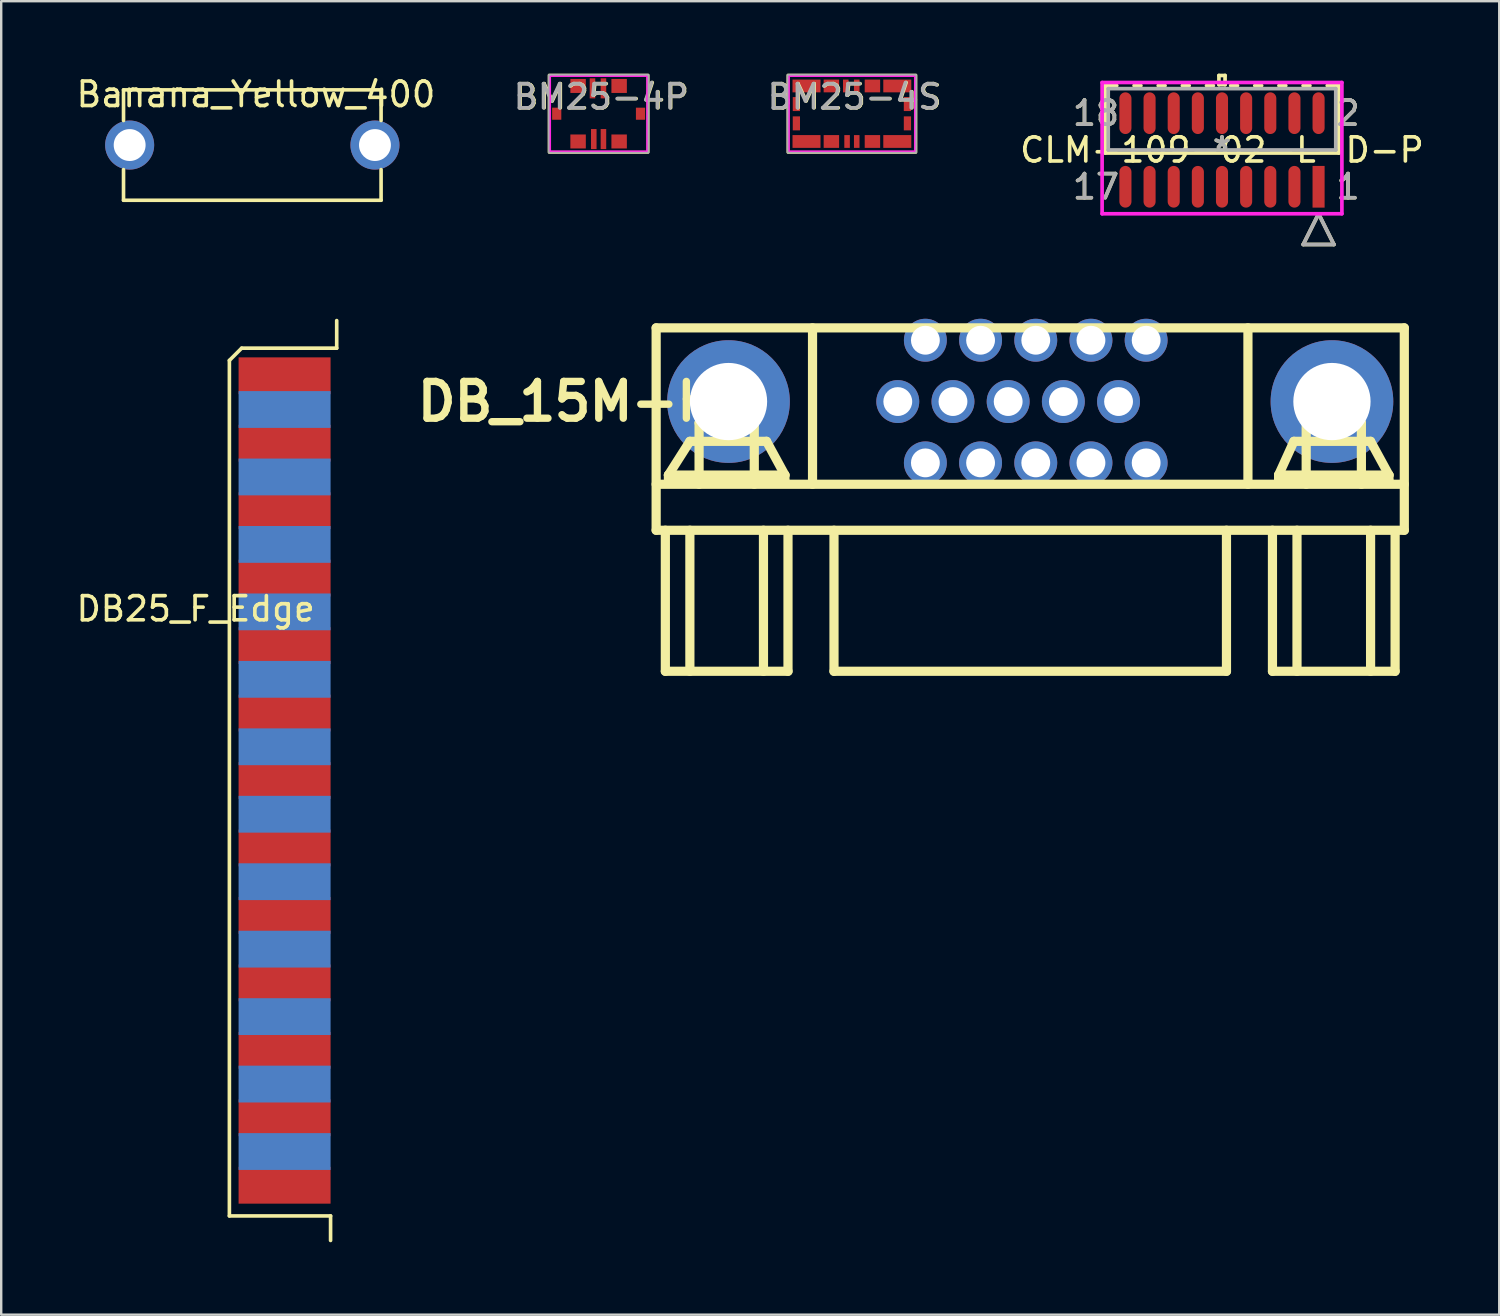
<source format=kicad_pcb>
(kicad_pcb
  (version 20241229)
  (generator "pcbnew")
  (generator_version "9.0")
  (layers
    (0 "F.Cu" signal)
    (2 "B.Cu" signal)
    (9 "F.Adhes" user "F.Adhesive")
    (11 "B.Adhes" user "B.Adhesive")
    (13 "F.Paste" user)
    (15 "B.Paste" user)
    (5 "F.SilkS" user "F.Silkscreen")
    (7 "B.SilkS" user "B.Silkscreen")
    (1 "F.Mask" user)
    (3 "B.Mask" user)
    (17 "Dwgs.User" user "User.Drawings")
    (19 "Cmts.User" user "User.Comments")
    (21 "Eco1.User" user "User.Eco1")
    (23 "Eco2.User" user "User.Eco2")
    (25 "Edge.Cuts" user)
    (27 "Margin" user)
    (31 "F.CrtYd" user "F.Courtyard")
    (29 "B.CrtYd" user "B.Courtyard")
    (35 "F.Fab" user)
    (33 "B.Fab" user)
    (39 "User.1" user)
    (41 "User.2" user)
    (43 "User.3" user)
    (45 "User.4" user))
  (footprint "DB_15M-HD"
    (layer "F.Cu")
    (at 39.621 13.582)
    (property "Reference" "DB_15M-HD" (at -18.415 0 0) (layer "F.SilkS") (effects (font (size 1.524 1.524) (thickness 0.305))))
    (attr through_hole)
    (fp_line (start -15.494 3.425) (end 15.494 3.425) (stroke (width 0.381) (type solid)) (layer "F.SilkS"))
    (fp_line (start -15.494 5.33) (end -15.494 -3.052) (stroke (width 0.381) (type solid)) (layer "F.SilkS"))
    (fp_line (start -15.494 5.33) (end 15.494 5.33) (stroke (width 0.381) (type solid)) (layer "F.SilkS"))
    (fp_line (start -15.113 5.33) (end -15.113 11.172) (stroke (width 0.381) (type solid)) (layer "F.SilkS"))
    (fp_line (start -15.113 11.172) (end -10.033 11.172) (stroke (width 0.381) (type solid)) (layer "F.SilkS"))
    (fp_line (start -14.986 3.044) (end -14.986 3.298) (stroke (width 0.381) (type solid)) (layer "F.SilkS"))
    (fp_line (start -14.986 3.298) (end -10.16 3.298) (stroke (width 0.381) (type solid)) (layer "F.SilkS"))
    (fp_line (start -14.097 1.647) (end -14.986 3.044) (stroke (width 0.381) (type solid)) (layer "F.SilkS"))
    (fp_line (start -14.097 1.647) (end -10.922 1.647) (stroke (width 0.381) (type solid)) (layer "F.SilkS"))
    (fp_line (start -14.097 5.33) (end -14.097 11.172) (stroke (width 0.381) (type solid)) (layer "F.SilkS"))
    (fp_line (start -13.716 0.885) (end -11.43 0.885) (stroke (width 0.381) (type solid)) (layer "F.SilkS"))
    (fp_line (start -13.716 3.425) (end -13.716 0.885) (stroke (width 0.381) (type solid)) (layer "F.SilkS"))
    (fp_line (start -11.43 0.885) (end -11.43 3.425) (stroke (width 0.381) (type solid)) (layer "F.SilkS"))
    (fp_line (start -11.049 5.33) (end -11.049 11.172) (stroke (width 0.381) (type solid)) (layer "F.SilkS"))
    (fp_line (start -10.922 1.647) (end -10.16 3.044) (stroke (width 0.381) (type solid)) (layer "F.SilkS"))
    (fp_line (start -10.16 3.044) (end -14.986 3.044) (stroke (width 0.381) (type solid)) (layer "F.SilkS"))
    (fp_line (start -10.16 3.298) (end -10.16 3.044) (stroke (width 0.381) (type solid)) (layer "F.SilkS"))
    (fp_line (start -10.033 5.33) (end -10.033 11.172) (stroke (width 0.381) (type solid)) (layer "F.SilkS"))
    (fp_line (start -9.017 -3.052) (end -9.017 3.425) (stroke (width 0.381) (type solid)) (layer "F.SilkS"))
    (fp_line (start -8.128 5.33) (end -8.128 11.172) (stroke (width 0.381) (type solid)) (layer "F.SilkS"))
    (fp_line (start -8.128 11.172) (end 8.128 11.172) (stroke (width 0.381) (type solid)) (layer "F.SilkS"))
    (fp_line (start 8.128 11.172) (end 8.128 5.33) (stroke (width 0.381) (type solid)) (layer "F.SilkS"))
    (fp_line (start 9.017 3.425) (end 9.017 -3.052) (stroke (width 0.381) (type solid)) (layer "F.SilkS"))
    (fp_line (start 10.033 5.33) (end 10.033 11.172) (stroke (width 0.381) (type solid)) (layer "F.SilkS"))
    (fp_line (start 10.033 11.172) (end 15.113 11.172) (stroke (width 0.381) (type solid)) (layer "F.SilkS"))
    (fp_line (start 10.287 3.044) (end 10.287 3.298) (stroke (width 0.381) (type solid)) (layer "F.SilkS"))
    (fp_line (start 10.287 3.298) (end 14.859 3.298) (stroke (width 0.381) (type solid)) (layer "F.SilkS"))
    (fp_line (start 10.922 1.647) (end 10.287 3.044) (stroke (width 0.381) (type solid)) (layer "F.SilkS"))
    (fp_line (start 10.922 1.647) (end 14.097 1.647) (stroke (width 0.381) (type solid)) (layer "F.SilkS"))
    (fp_line (start 11.049 5.33) (end 11.049 11.172) (stroke (width 0.381) (type solid)) (layer "F.SilkS"))
    (fp_line (start 11.43 0.885) (end 13.716 0.885) (stroke (width 0.381) (type solid)) (layer "F.SilkS"))
    (fp_line (start 11.43 3.425) (end 11.43 0.885) (stroke (width 0.381) (type solid)) (layer "F.SilkS"))
    (fp_line (start 13.716 0.885) (end 13.716 3.425) (stroke (width 0.381) (type solid)) (layer "F.SilkS"))
    (fp_line (start 14.097 1.647) (end 14.859 3.044) (stroke (width 0.381) (type solid)) (layer "F.SilkS"))
    (fp_line (start 14.097 5.33) (end 14.097 11.172) (stroke (width 0.381) (type solid)) (layer "F.SilkS"))
    (fp_line (start 14.859 3.044) (end 10.287 3.044) (stroke (width 0.381) (type solid)) (layer "F.SilkS"))
    (fp_line (start 14.859 3.298) (end 14.859 3.044) (stroke (width 0.381) (type solid)) (layer "F.SilkS"))
    (fp_line (start 15.113 11.172) (end 15.113 5.457) (stroke (width 0.381) (type solid)) (layer "F.SilkS"))
    (fp_line (start 15.494 -3.052) (end -15.494 -3.052) (stroke (width 0.381) (type solid)) (layer "F.SilkS"))
    (fp_line (start 15.494 -3.052) (end 15.494 5.33) (stroke (width 0.381) (type solid)) (layer "F.SilkS"))
    (pad "" thru_hole circle (at -12.497 0 180) (size 5.08 5.08) (drill 3.2) (layers "*.Cu" "*.Mask"))
    (pad "" thru_hole circle (at 12.497 0 180) (size 5.08 5.08) (drill 3.2) (layers "*.Cu" "*.Mask"))
    (pad "1" thru_hole circle (at -4.343 -2.54 180) (size 1.778 1.778) (drill 1.194) (layers "*.Cu" "*.Mask"))
    (pad "2" thru_hole circle (at -2.057 -2.54 180) (size 1.778 1.778) (drill 1.194) (layers "*.Cu" "*.Mask"))
    (pad "3" thru_hole circle (at 0.229 -2.54 180) (size 1.778 1.778) (drill 1.194) (layers "*.Cu" "*.Mask"))
    (pad "4" thru_hole circle (at 2.515 -2.54 180) (size 1.778 1.778) (drill 1.194) (layers "*.Cu" "*.Mask"))
    (pad "5" thru_hole circle (at 4.801 -2.54 180) (size 1.778 1.778) (drill 1.194) (layers "*.Cu" "*.Mask"))
    (pad "6" thru_hole circle (at -5.486 0 180) (size 1.778 1.778) (drill 1.194) (layers "*.Cu" "*.Mask"))
    (pad "7" thru_hole circle (at -3.2 0 180) (size 1.778 1.778) (drill 1.194) (layers "*.Cu" "*.Mask"))
    (pad "8" thru_hole circle (at -0.914 0 180) (size 1.778 1.778) (drill 1.194) (layers "*.Cu" "*.Mask"))
    (pad "9" thru_hole circle (at 1.372 0 180) (size 1.778 1.778) (drill 1.194) (layers "*.Cu" "*.Mask"))
    (pad "10" thru_hole circle (at 3.658 0 180) (size 1.778 1.778) (drill 1.194) (layers "*.Cu" "*.Mask"))
    (pad "11" thru_hole circle (at -4.343 2.54 180) (size 1.778 1.778) (drill 1.194) (layers "*.Cu" "*.Mask"))
    (pad "12" thru_hole circle (at -2.057 2.54 180) (size 1.778 1.778) (drill 1.194) (layers "*.Cu" "*.Mask"))
    (pad "13" thru_hole circle (at 0.229 2.54 180) (size 1.778 1.778) (drill 1.194) (layers "*.Cu" "*.Mask"))
    (pad "14" thru_hole circle (at 2.515 2.54 180) (size 1.778 1.778) (drill 1.194) (layers "*.Cu" "*.Mask"))
    (pad "15" thru_hole circle (at 4.801 2.54 180) (size 1.778 1.778) (drill 1.194) (layers "*.Cu" "*.Mask")))
  (footprint "BM25-4S"
    (layer "F.Cu")
    (at 32.235 1.66)
    (property "Reference" "BM25-4S" (at 0.127 -0.7 0) (unlocked yes) (layer "F.SilkS") (effects (font (size 1 1) (thickness 0.15))))
    (attr smd)
    (fp_rect (start -2.65 -1.6) (end 2.65 1.6) (stroke (width 0.12) (type solid)) (fill no) (layer "F.SilkS"))
    (fp_rect (start -2.6 -1.55) (end 2.6 1.55) (stroke (width 0.06) (type solid)) (fill no) (layer "F.CrtYd"))
    (fp_rect (start -2.65 -1.6) (end 2.65 1.6) (stroke (width 0.1) (type solid)) (fill no) (layer "F.Fab"))
    (fp_text user "${REFERENCE}" (at 0.1 -0.7 0) (unlocked yes) (layer "F.Fab") (effects (font (size 1 1) (thickness 0.15))))
    (pad "1" smd rect (at -0.85 1.15) (size 0.64 0.53) (layers "F.Cu" "F.Mask" "F.Paste"))
    (pad "2" smd rect (at -0.2 1.15) (size 0.23 0.53) (layers "F.Cu" "F.Mask" "F.Paste"))
    (pad "3" smd rect (at 0.2 1.15) (size 0.23 0.53) (layers "F.Cu" "F.Mask" "F.Paste"))
    (pad "4" smd rect (at 0.85 1.15) (size 0.64 0.53) (layers "F.Cu" "F.Mask" "F.Paste"))
    (pad "5" smd rect (at 0.85 -1.15) (size 0.64 0.53) (layers "F.Cu" "F.Mask" "F.Paste"))
    (pad "6" smd rect (at 0.2 -1.15) (size 0.23 0.53) (layers "F.Cu" "F.Mask" "F.Paste"))
    (pad "7" smd rect (at -0.254 -1.15) (size 0.23 0.53) (layers "F.Cu" "F.Mask" "F.Paste"))
    (pad "8" smd rect (at -0.85 -1.15) (size 0.64 0.53) (layers "F.Cu" "F.Mask" "F.Paste"))
    (pad "9" smd rect (at -2.3 0.4) (size 0.3 0.58) (layers "F.Cu" "F.Mask" "F.Paste"))
    (pad "10" smd rect (at -1.88 1.15) (size 1.16 0.53) (layers "F.Cu" "F.Mask" "F.Paste"))
    (pad "11" smd rect (at 1.88 1.15) (size 1.16 0.53) (layers "F.Cu" "F.Mask" "F.Paste"))
    (pad "12" smd rect (at 2.3 0.4) (size 0.3 0.58) (layers "F.Cu" "F.Mask" "F.Paste"))
    (pad "13" smd rect (at 2.3 -0.4) (size 0.3 0.58) (layers "F.Cu" "F.Mask" "F.Paste"))
    (pad "14" smd rect (at 1.88 -1.15) (size 1.16 0.53) (layers "F.Cu" "F.Mask" "F.Paste"))
    (pad "15" smd rect (at -1.88 -1.15) (size 1.16 0.53) (layers "F.Cu" "F.Mask" "F.Paste"))
    (pad "16" smd rect (at -2.3 -0.4) (size 0.3 0.58) (layers "F.Cu" "F.Mask" "F.Paste")))
  (footprint "CLM-109-02-L-D-P"
    (layer "F.Cu")
    (at 47.564 3.162)
    (property "Reference" "CLM-109-02-L-D-P" (at 0 0 0) (layer "F.SilkS") (effects (font (size 1 1) (thickness 0.15))))
    (attr through_hole)
    (fp_line (start -4.839 -2.667) (end -4.839 0.127) (stroke (width 0.152) (type solid)) (layer "F.SilkS"))
    (fp_line (start -4.839 0.127) (end 4.839 0.127) (stroke (width 0.152) (type solid)) (layer "F.SilkS"))
    (fp_line (start -4.358 -2.667) (end -4.839 -2.667) (stroke (width 0.152) (type solid)) (layer "F.SilkS"))
    (fp_line (start -3.358 -2.667) (end -3.642 -2.667) (stroke (width 0.152) (type solid)) (layer "F.SilkS"))
    (fp_line (start -2.358 -2.667) (end -2.642 -2.667) (stroke (width 0.152) (type solid)) (layer "F.SilkS"))
    (fp_line (start -1.358 -2.667) (end -1.642 -2.667) (stroke (width 0.152) (type solid)) (layer "F.SilkS"))
    (fp_line (start -0.358 -2.667) (end -0.642 -2.667) (stroke (width 0.152) (type solid)) (layer "F.SilkS"))
    (fp_line (start -0.127 -3.086) (end -0.127 -2.705) (stroke (width 0.152) (type solid)) (layer "F.SilkS"))
    (fp_line (start -0.127 -2.705) (end 0.127 -2.705) (stroke (width 0.152) (type solid)) (layer "F.SilkS"))
    (fp_line (start 0.127 -3.086) (end -0.127 -3.086) (stroke (width 0.152) (type solid)) (layer "F.SilkS"))
    (fp_line (start 0.127 -2.705) (end 0.127 -3.086) (stroke (width 0.152) (type solid)) (layer "F.SilkS"))
    (fp_line (start 0.642 -2.667) (end 0.358 -2.667) (stroke (width 0.152) (type solid)) (layer "F.SilkS"))
    (fp_line (start 1.642 -2.667) (end 1.358 -2.667) (stroke (width 0.152) (type solid)) (layer "F.SilkS"))
    (fp_line (start 2.642 -2.667) (end 2.358 -2.667) (stroke (width 0.152) (type solid)) (layer "F.SilkS"))
    (fp_line (start 3.365 3.914) (end 4.635 3.914) (stroke (width 0.152) (type solid)) (layer "F.SilkS"))
    (fp_line (start 3.642 -2.667) (end 3.358 -2.667) (stroke (width 0.152) (type solid)) (layer "F.SilkS"))
    (fp_line (start 3.962 2.72) (end 3.365 3.914) (stroke (width 0.152) (type solid)) (layer "F.SilkS"))
    (fp_line (start 4.635 3.914) (end 4.038 2.72) (stroke (width 0.152) (type solid)) (layer "F.SilkS"))
    (fp_line (start 4.839 -2.667) (end 4.358 -2.667) (stroke (width 0.152) (type solid)) (layer "F.SilkS"))
    (fp_line (start 4.839 0.127) (end 4.839 -2.667) (stroke (width 0.152) (type solid)) (layer "F.SilkS"))
    (fp_line (start -4.966 -2.794) (end -4.966 2.642) (stroke (width 0.152) (type solid)) (layer "F.CrtYd"))
    (fp_line (start -4.966 2.642) (end 4.966 2.642) (stroke (width 0.152) (type solid)) (layer "F.CrtYd"))
    (fp_line (start 4.966 -2.794) (end -4.966 -2.794) (stroke (width 0.152) (type solid)) (layer "F.CrtYd"))
    (fp_line (start 4.966 2.642) (end 4.966 -2.794) (stroke (width 0.152) (type solid)) (layer "F.CrtYd"))
    (fp_line (start -4.712 -2.54) (end -4.712 0) (stroke (width 0.152) (type solid)) (layer "F.Fab"))
    (fp_line (start -4.712 0) (end 4.712 0) (stroke (width 0.152) (type solid)) (layer "F.Fab"))
    (fp_line (start 3.365 3.914) (end 4.635 3.914) (stroke (width 0.152) (type solid)) (layer "F.Fab"))
    (fp_line (start 4 2.644) (end 3.365 3.914) (stroke (width 0.152) (type solid)) (layer "F.Fab"))
    (fp_line (start 4.635 3.914) (end 4 2.644) (stroke (width 0.152) (type solid)) (layer "F.Fab"))
    (fp_line (start 4.712 -2.54) (end -4.712 -2.54) (stroke (width 0.152) (type solid)) (layer "F.Fab"))
    (fp_line (start 4.712 0) (end 4.712 -2.54) (stroke (width 0.152) (type solid)) (layer "F.Fab"))
    (fp_text user "1" (at 5.22 1.524 0) (layer "F.SilkS") (effects (font (size 1 1) (thickness 0.15))))
    (fp_text user "18" (at -5.22 -1.524 0) (layer "F.SilkS") (effects (font (size 1 1) (thickness 0.15))))
    (fp_text user "2" (at 5.22 -1.524 0) (layer "F.SilkS") (effects (font (size 1 1) (thickness 0.15))))
    (fp_text user "17" (at -5.22 1.524 0) (layer "F.SilkS") (effects (font (size 1 1) (thickness 0.15))))
    (fp_text user "*" (at 0 0 0) (layer "F.SilkS") (effects (font (size 1 1) (thickness 0.15))))
    (fp_text user "Copyright 2016 Accelerated Designs. All rights reserved." (at 0 0 0) (layer "Cmts.User") (effects (font (size 0.127 0.127) (thickness 0.002))))
    (fp_text user "18" (at -5.22 -1.524 0) (layer "F.Fab") (effects (font (size 1 1) (thickness 0.15))))
    (fp_text user "*" (at 0 0 0) (layer "F.Fab") (effects (font (size 1 1) (thickness 0.15))))
    (fp_text user "1" (at 5.22 1.524 0) (layer "F.Fab") (effects (font (size 1 1) (thickness 0.15))))
    (fp_text user "17" (at -5.22 1.524 0) (layer "F.Fab") (effects (font (size 1 1) (thickness 0.15))))
    (fp_text user "2" (at 5.22 -1.524 0) (layer "F.Fab") (effects (font (size 1 1) (thickness 0.15))))
    (pad "1" smd rect (at 4 1.524) (size 0.5 1.727) (layers "F.Cu" "F.Mask" "F.Paste"))
    (pad "2" smd oval (at 4 -1.524) (size 0.5 1.727) (layers "F.Cu" "F.Mask" "F.Paste"))
    (pad "3" smd oval (at 3 1.524) (size 0.5 1.727) (layers "F.Cu" "F.Mask" "F.Paste"))
    (pad "4" smd oval (at 3 -1.524) (size 0.5 1.727) (layers "F.Cu" "F.Mask" "F.Paste"))
    (pad "5" smd oval (at 2 1.524) (size 0.5 1.727) (layers "F.Cu" "F.Mask" "F.Paste"))
    (pad "6" smd oval (at 2 -1.524) (size 0.5 1.727) (layers "F.Cu" "F.Mask" "F.Paste"))
    (pad "7" smd oval (at 1 1.524) (size 0.5 1.727) (layers "F.Cu" "F.Mask" "F.Paste"))
    (pad "8" smd oval (at 1 -1.524) (size 0.5 1.727) (layers "F.Cu" "F.Mask" "F.Paste"))
    (pad "9" smd oval (at 0 1.524) (size 0.5 1.727) (layers "F.Cu" "F.Mask" "F.Paste"))
    (pad "10" smd oval (at 0 -1.524) (size 0.5 1.727) (layers "F.Cu" "F.Mask" "F.Paste"))
    (pad "11" smd oval (at -1 1.524) (size 0.5 1.727) (layers "F.Cu" "F.Mask" "F.Paste"))
    (pad "12" smd oval (at -1 -1.524) (size 0.5 1.727) (layers "F.Cu" "F.Mask" "F.Paste"))
    (pad "13" smd oval (at -2 1.524) (size 0.5 1.727) (layers "F.Cu" "F.Mask" "F.Paste"))
    (pad "14" smd oval (at -2 -1.524) (size 0.5 1.727) (layers "F.Cu" "F.Mask" "F.Paste"))
    (pad "15" smd oval (at -3 1.524) (size 0.5 1.727) (layers "F.Cu" "F.Mask" "F.Paste"))
    (pad "16" smd oval (at -3 -1.524) (size 0.5 1.727) (layers "F.Cu" "F.Mask" "F.Paste"))
    (pad "17" smd oval (at -4 1.524) (size 0.5 1.727) (layers "F.Cu" "F.Mask" "F.Paste"))
    (pad "18" smd oval (at -4 -1.524) (size 0.5 1.727) (layers "F.Cu" "F.Mask" "F.Paste")))
  (footprint "BM25-4P"
    (layer "F.Cu")
    (at 21.744 1.66)
    (property "Reference" "BM25-4P" (at 0.127 -0.7 0) (unlocked yes) (layer "F.SilkS") (effects (font (size 1 1) (thickness 0.15))))
    (attr smd)
    (fp_rect (start -2.05 -1.6) (end 2.05 1.6) (stroke (width 0.12) (type solid)) (fill no) (layer "F.SilkS"))
    (fp_rect (start -2 -1.55) (end 2 1.55) (stroke (width 0.06) (type solid)) (fill no) (layer "F.CrtYd"))
    (fp_rect (start -2.05 -1.6) (end 2.05 1.6) (stroke (width 0.1) (type solid)) (fill no) (layer "F.Fab"))
    (fp_text user "${REFERENCE}" (at 0.1 -0.7 0) (unlocked yes) (layer "F.Fab") (effects (font (size 1 1) (thickness 0.15))))
    (pad "1" smd rect (at -0.85 1.15) (size 0.64 0.58) (layers "F.Cu" "F.Mask" "F.Paste"))
    (pad "2" smd rect (at -0.2 1.05) (size 0.23 0.83) (layers "F.Cu" "F.Mask" "F.Paste"))
    (pad "3" smd rect (at 0.2 1.05) (size 0.23 0.83) (layers "F.Cu" "F.Mask" "F.Paste"))
    (pad "4" smd rect (at 0.85 1.15) (size 0.64 0.58) (layers "F.Cu" "F.Mask" "F.Paste"))
    (pad "5" smd rect (at 0.85 -1.15) (size 0.64 0.58) (layers "F.Cu" "F.Mask" "F.Paste"))
    (pad "6" smd rect (at 0.2 -1.05) (size 0.23 0.83) (layers "F.Cu" "F.Mask" "F.Paste"))
    (pad "7" smd rect (at -0.254 -1.05) (size 0.23 0.83) (layers "F.Cu" "F.Mask" "F.Paste"))
    (pad "8" smd rect (at -0.85 -1.15) (size 0.64 0.58) (layers "F.Cu" "F.Mask" "F.Paste"))
    (pad "9" smd rect (at -1.735 0) (size 0.38 0.5) (layers "F.Cu" "F.Mask" "F.Paste"))
    (pad "10" smd rect (at 1.735 0) (size 0.38 0.5) (layers "F.Cu" "F.Mask" "F.Paste")))
  (footprint "DB25_F_Edge"
    (layer "F.Cu")
    (at 8.737 29.278)
    (property "Reference" "DB25_F_Edge" (at -3.683 -7.112 0) (layer "F.SilkS") (effects (font (size 1 1) (thickness 0.15))))
    (attr through_hole)
    (fp_line (start -2.286 -17.399) (end -2.286 18.034) (stroke (width 0.15) (type solid)) (layer "F.SilkS"))
    (fp_line (start -2.286 18.034) (end 1.905 18.034) (stroke (width 0.15) (type solid)) (layer "F.SilkS"))
    (fp_line (start -1.778 -17.907) (end -2.286 -17.399) (stroke (width 0.15) (type solid)) (layer "F.SilkS"))
    (fp_line (start 1.905 18.034) (end 1.905 19.05) (stroke (width 0.15) (type solid)) (layer "F.SilkS"))
    (fp_line (start 2.159 -17.907) (end -1.778 -17.907) (stroke (width 0.15) (type solid)) (layer "F.SilkS"))
    (fp_line (start 2.159 -17.907) (end 2.159 -19.05) (stroke (width 0.15) (type solid)) (layer "F.SilkS"))
    (pad "1" smd rect (at 0 -16.764) (size 3.81 1.524) (layers "F.Cu" "F.Mask" "F.Paste"))
    (pad "2" smd rect (at 0 -13.97) (size 3.81 1.524) (layers "F.Cu" "F.Mask" "F.Paste"))
    (pad "3" smd rect (at 0 -11.176) (size 3.81 1.524) (layers "F.Cu" "F.Mask" "F.Paste"))
    (pad "4" smd rect (at 0 -8.382) (size 3.81 1.524) (layers "F.Cu" "F.Mask" "F.Paste"))
    (pad "5" smd rect (at 0 -5.588) (size 3.81 1.524) (layers "F.Cu" "F.Mask" "F.Paste"))
    (pad "6" smd rect (at 0 -2.794) (size 3.81 1.524) (layers "F.Cu" "F.Mask" "F.Paste"))
    (pad "7" smd rect (at 0 0) (size 3.81 1.524) (layers "F.Cu" "F.Mask" "F.Paste"))
    (pad "8" smd rect (at 0 2.794) (size 3.81 1.524) (layers "F.Cu" "F.Mask" "F.Paste"))
    (pad "9" smd rect (at 0 5.588) (size 3.81 1.524) (layers "F.Cu" "F.Mask" "F.Paste"))
    (pad "10" smd rect (at 0 8.382) (size 3.81 1.524) (layers "F.Cu" "F.Mask" "F.Paste"))
    (pad "11" smd rect (at 0 11.176) (size 3.81 1.524) (layers "F.Cu" "F.Mask" "F.Paste"))
    (pad "12" smd rect (at 0 13.97) (size 3.81 1.524) (layers "F.Cu" "F.Mask" "F.Paste"))
    (pad "13" smd rect (at 0 16.764) (size 3.81 1.524) (layers "F.Cu" "F.Mask" "F.Paste"))
    (pad "14" smd rect (at 0 -15.367) (size 3.81 1.524) (layers "B.Cu" "B.Mask" "B.Paste"))
    (pad "15" smd rect (at 0 -12.573) (size 3.81 1.524) (layers "B.Cu" "B.Mask" "B.Paste"))
    (pad "16" smd rect (at 0 -9.779) (size 3.81 1.524) (layers "B.Cu" "B.Mask" "B.Paste"))
    (pad "17" smd rect (at 0 -6.985) (size 3.81 1.524) (layers "B.Cu" "B.Mask" "B.Paste"))
    (pad "18" smd rect (at 0 -4.191) (size 3.81 1.524) (layers "B.Cu" "B.Mask" "B.Paste"))
    (pad "19" smd rect (at 0 -1.397) (size 3.81 1.524) (layers "B.Cu" "B.Mask" "B.Paste"))
    (pad "20" smd rect (at 0 1.397) (size 3.81 1.524) (layers "B.Cu" "B.Mask" "B.Paste"))
    (pad "21" smd rect (at 0 4.191) (size 3.81 1.524) (layers "B.Cu" "B.Mask" "B.Paste"))
    (pad "22" smd rect (at 0 6.985) (size 3.81 1.524) (layers "B.Cu" "B.Mask" "B.Paste"))
    (pad "23" smd rect (at 0 9.779) (size 3.81 1.524) (layers "B.Cu" "B.Mask" "B.Paste"))
    (pad "24" smd rect (at 0 12.573) (size 3.81 1.524) (layers "B.Cu" "B.Mask" "B.Paste"))
    (pad "25" smd rect (at 0 15.367) (size 3.81 1.524) (layers "B.Cu" "B.Mask" "B.Paste")))
  (footprint "Banana_Yellow_400"
    (layer "F.Cu")
    (at 7.4 2.958)
    (property "Reference" "Banana_Yellow_400" (at 0.15 -2.1 0) (layer "F.SilkS") (effects (font (size 1.016 1.016) (thickness 0.15))))
    (attr through_hole)
    (fp_line (start -5.334 -2.286) (end -5.334 -1.016) (stroke (width 0.15) (type solid)) (layer "F.SilkS"))
    (fp_line (start -5.334 1.016) (end -5.334 2.286) (stroke (width 0.15) (type solid)) (layer "F.SilkS"))
    (fp_line (start -5.334 2.286) (end 5.334 2.286) (stroke (width 0.15) (type solid)) (layer "F.SilkS"))
    (fp_line (start 5.334 -2.286) (end -5.334 -2.286) (stroke (width 0.15) (type solid)) (layer "F.SilkS"))
    (fp_line (start 5.334 -1.016) (end 5.334 -2.286) (stroke (width 0.15) (type solid)) (layer "F.SilkS"))
    (fp_line (start 5.334 2.286) (end 5.334 1.016) (stroke (width 0.15) (type solid)) (layer "F.SilkS"))
    (pad "1" thru_hole circle (at -5.08 0) (size 2.032 2.032) (drill 1.321) (layers "*.Cu" "*.Mask"))
    (pad "2" thru_hole circle (at 5.08 0) (size 2.032 2.032) (drill 1.321) (layers "*.Cu" "*.Mask")))
  (gr_rect
    (start -3 -3)
    (end 59.047 51.403)
    (stroke (width 0.1) (type default))
    (fill no)
    (layer "Edge.Cuts")))
</source>
